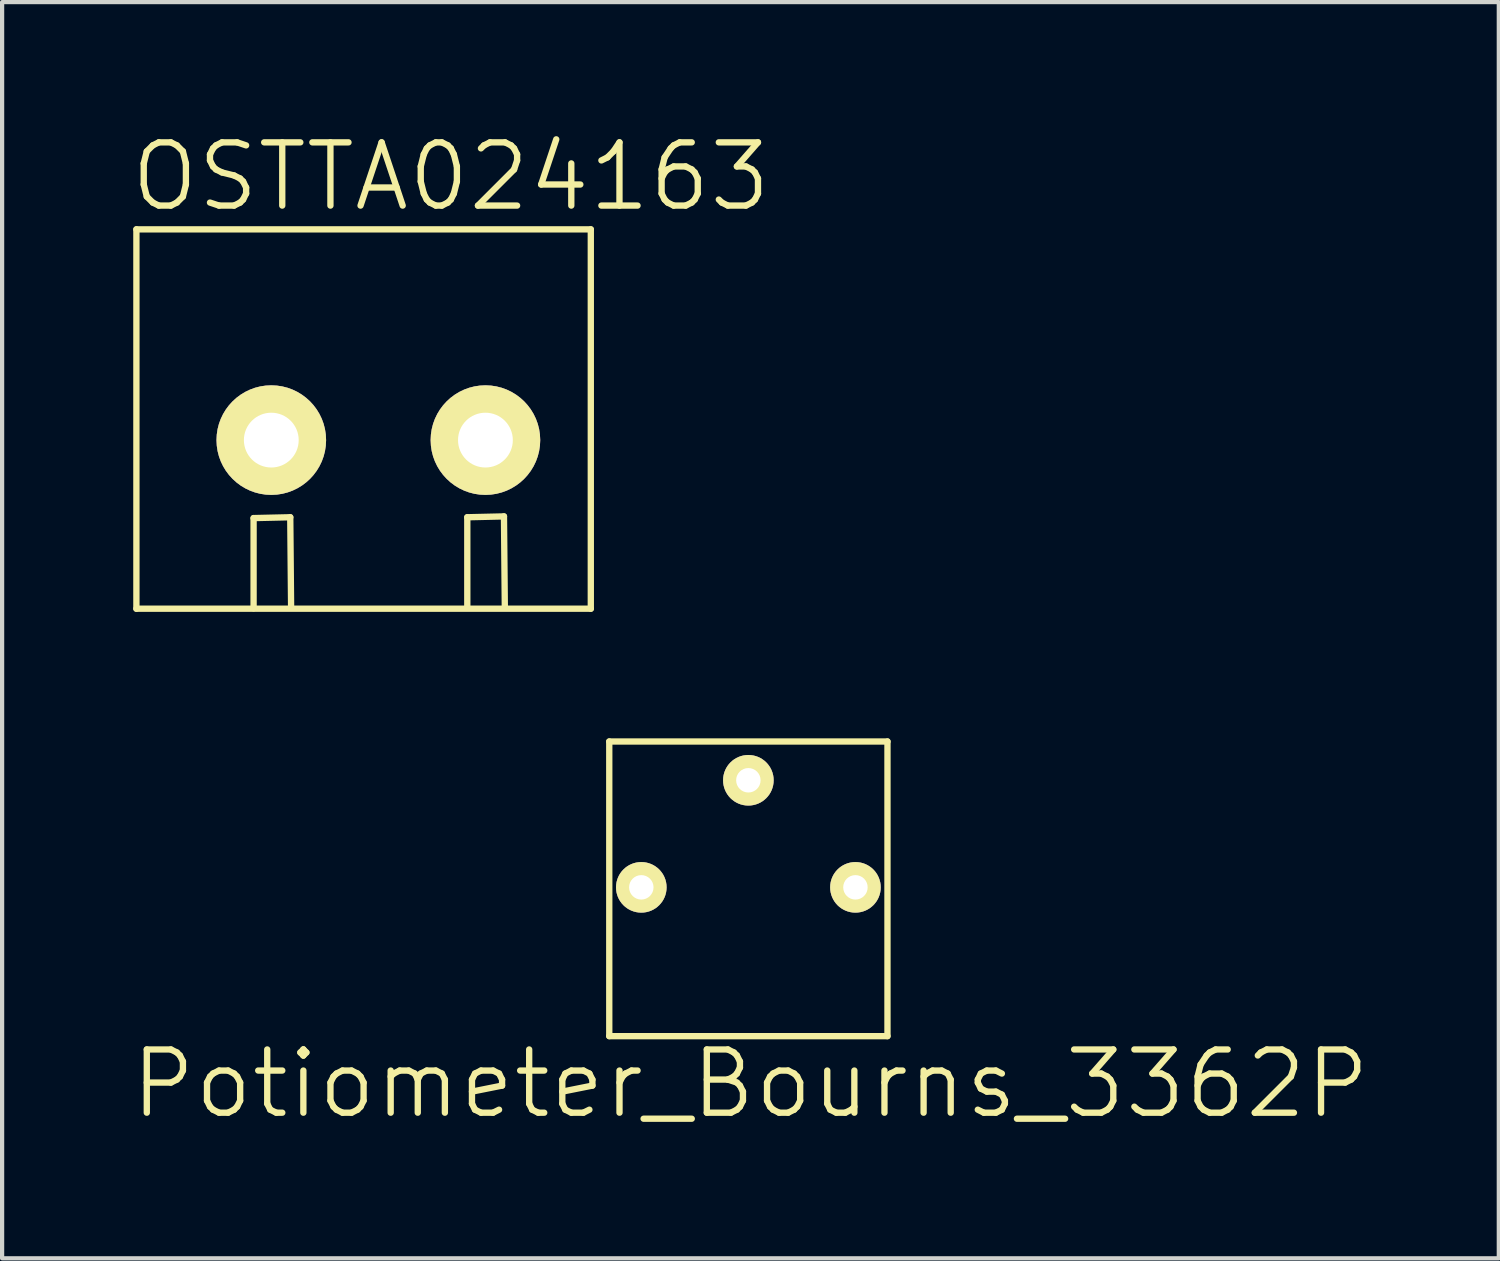
<source format=kicad_pcb>
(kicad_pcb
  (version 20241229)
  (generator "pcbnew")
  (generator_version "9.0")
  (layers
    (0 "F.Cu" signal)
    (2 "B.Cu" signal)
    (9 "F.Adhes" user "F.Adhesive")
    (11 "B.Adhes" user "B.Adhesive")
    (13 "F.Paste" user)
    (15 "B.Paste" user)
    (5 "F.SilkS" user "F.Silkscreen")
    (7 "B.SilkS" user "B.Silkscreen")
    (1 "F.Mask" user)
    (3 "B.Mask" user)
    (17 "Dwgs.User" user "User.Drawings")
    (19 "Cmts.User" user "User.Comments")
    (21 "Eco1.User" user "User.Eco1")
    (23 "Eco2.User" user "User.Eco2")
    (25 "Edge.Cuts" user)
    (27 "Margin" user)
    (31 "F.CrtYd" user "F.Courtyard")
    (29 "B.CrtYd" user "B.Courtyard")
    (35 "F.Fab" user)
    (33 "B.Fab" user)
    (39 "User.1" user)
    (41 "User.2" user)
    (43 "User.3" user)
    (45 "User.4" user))
  (footprint "OSTTA024163"
    (layer "F.Cu")
    (at 5.576 6.891)
    (property "Reference" "OSTTA024163" (at 2.07 -5.75 0) (layer "F.SilkS") (effects (font (size 1.5 1.5) (thickness 0.15))))
    (attr through_hole)
    (fp_line (start -5.39 -4.5) (end -5.39 4.5) (stroke (width 0.15) (type solid)) (layer "F.SilkS"))
    (fp_line (start -5.39 -4.5) (end 5.39 -4.5) (stroke (width 0.15) (type solid)) (layer "F.SilkS"))
    (fp_line (start -5.39 4.5) (end 5.39 4.5) (stroke (width 0.15) (type solid)) (layer "F.SilkS"))
    (fp_line (start -2.61 2.35) (end -1.74 2.33) (stroke (width 0.15) (type solid)) (layer "F.SilkS"))
    (fp_line (start -2.61 4.49) (end -2.61 2.35) (stroke (width 0.15) (type solid)) (layer "F.SilkS"))
    (fp_line (start -1.74 2.33) (end -1.72 4.47) (stroke (width 0.15) (type solid)) (layer "F.SilkS"))
    (fp_line (start 2.46 2.33) (end 3.33 2.31) (stroke (width 0.15) (type solid)) (layer "F.SilkS"))
    (fp_line (start 2.46 4.47) (end 2.46 2.33) (stroke (width 0.15) (type solid)) (layer "F.SilkS"))
    (fp_line (start 3.33 2.31) (end 3.35 4.45) (stroke (width 0.15) (type solid)) (layer "F.SilkS"))
    (fp_line (start 5.39 -4.5) (end 5.39 4.5) (stroke (width 0.15) (type solid)) (layer "F.SilkS"))
    (pad "1" thru_hole circle (at -2.19 0.5) (size 2.6 2.6) (drill 1.3) (layers "*.Cu" "*.Mask" "F.SilkS"))
    (pad "2" thru_hole circle (at 2.89 0.5) (size 2.6 2.6) (drill 1.3) (layers "*.Cu" "*.Mask" "F.SilkS")))
  (footprint "Potiometer_Bourns_3362P"
    (layer "F.Cu")
    (at 11.404 21.531)
    (property "Reference" "Potiometer_Bourns_3362P" (at 3.35 1.13 0) (layer "F.SilkS") (effects (font (size 1.5 1.5) (thickness 0.15))))
    (attr through_hole)
    (fp_line (start 0 0) (end 0 -6.99) (stroke (width 0.15) (type solid)) (layer "F.SilkS"))
    (fp_line (start 0 0) (end 6.6 0) (stroke (width 0.15) (type solid)) (layer "F.SilkS"))
    (fp_line (start 6.6 -6.99) (end 0 -6.99) (stroke (width 0.15) (type solid)) (layer "F.SilkS"))
    (fp_line (start 6.6 0) (end 6.6 -6.99) (stroke (width 0.15) (type solid)) (layer "F.SilkS"))
    (pad "1" thru_hole circle (at 5.84 -3.53) (size 1.2 1.2) (drill 0.58) (layers "*.Cu" "*.Mask" "F.SilkS"))
    (pad "2" thru_hole circle (at 3.3 -6.07) (size 1.2 1.2) (drill 0.58) (layers "*.Cu" "*.Mask" "F.SilkS"))
    (pad "3" thru_hole circle (at 0.76 -3.53) (size 1.2 1.2) (drill 0.58) (layers "*.Cu" "*.Mask" "F.SilkS")))
  (gr_rect
    (start -3 -3)
    (end 32.507 26.802)
    (stroke (width 0.1) (type default))
    (fill no)
    (layer "Edge.Cuts")))
</source>
